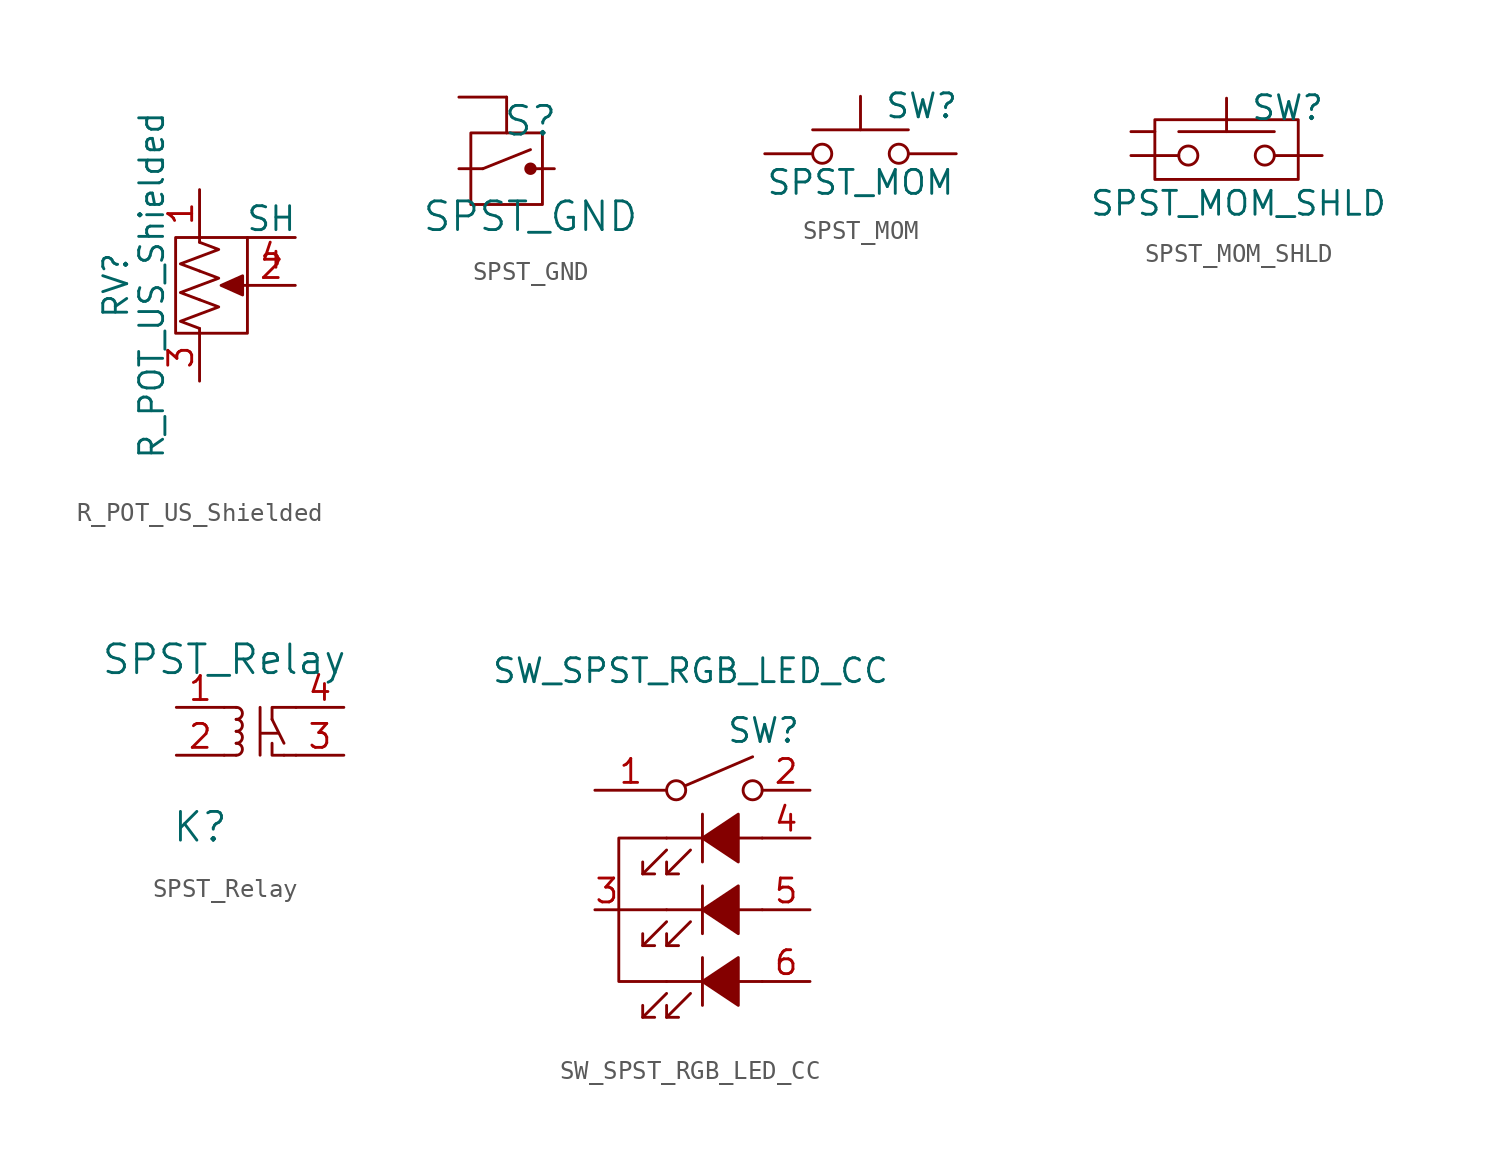
<source format=kicad_sym>
(kicad_symbol_lib
  (version 20241209)
  (generator "kicad_symbol_editor")
  (generator_version "9.0")
  (symbol "R_POT_US_Shielded"
    (pin_names
      (offset 0))
    (property "Reference" "RV"
      (at -4.445 0 90)
      (effects (font (size 1.27 1.27))))
    (property "Value" "R_POT_US_Shielded"
      (at -2.54 0 90)
      (effects (font (size 1.27 1.27))))
    (symbol "R_POT_US_Shielded_0_1"
      (rectangle (start -1.27 2.54) (end 2.54 -2.54) (stroke (width 0) (type solid)) (fill (type none)))
      (polyline (pts (xy 0 2.54) (xy 0 2.286)) (stroke (width 0) (type solid)) (fill (type none)))
      (polyline (pts (xy 0 2.286) (xy 1.016 1.905) (xy 0 1.524) (xy -1.016 1.143) (xy 0 0.762)) (stroke (width 0) (type solid)) (fill (type none)))
      (polyline (pts (xy 0 0.762) (xy 1.016 0.381) (xy 0 0) (xy -1.016 -0.381) (xy 0 -0.762)) (stroke (width 0) (type solid)) (fill (type none)))
      (polyline (pts (xy 0 -0.762) (xy 1.016 -1.143) (xy 0 -1.524) (xy -1.016 -1.905) (xy 0 -2.286)) (stroke (width 0) (type solid)) (fill (type none)))
      (polyline (pts (xy 0 -2.286) (xy 0 -2.54)) (stroke (width 0) (type solid)) (fill (type none)))
      (polyline (pts (xy 1.143 0) (xy 2.286 0.508) (xy 2.286 -0.508) (xy 1.143 0)) (stroke (width 0) (type solid)) (fill (type outline)))
      (polyline (pts (xy 2.54 0) (xy 1.524 0)) (stroke (width 0) (type solid)) (fill (type none))))
    (symbol "R_POT_US_Shielded_1_1"
      (pin passive line (at 0 5.08 270) (length 2.54) (name "~" (effects (font (size 1.27 1.27)))) (number "1" (effects (font (size 1.27 1.27)))))
      (pin passive line (at 0 -5.08 90) (length 2.54) (name "~" (effects (font (size 1.27 1.27)))) (number "3" (effects (font (size 1.27 1.27)))))
      (pin passive line (at 5.08 2.54 180) (length 2.54) (name "SH" (effects (font (size 1.27 1.27)))) (number "4" (effects (font (size 1.27 1.27)))))
      (pin passive line (at 5.08 0 180) (length 2.54) (name "~" (effects (font (size 1.27 1.27)))) (number "2" (effects (font (size 1.27 1.27)))))))
  (symbol "SPST_GND"
    (pin_numbers
      (hide yes))
    (pin_names
      (offset 0)
      (hide yes))
    (property "Reference" "S"
      (at 1.27 2.54 0)
      (effects (font (size 1.524 1.524))))
    (property "Value" "SPST_GND"
      (at 1.27 -2.54 0)
      (effects (font (size 1.524 1.524))))
    (symbol "SPST_GND_0_1"
      (rectangle (start -1.905 1.905) (end 1.905 -1.905) (stroke (width 0) (type solid)) (fill (type none)))
      (polyline (pts (xy -1.27 0) (xy 1.27 1.016)) (stroke (width 0) (type solid)) (fill (type none)))
      (polyline (pts (xy 0 3.81) (xy 0 1.905)) (stroke (width 0) (type solid)) (fill (type none)))
      (circle (center 1.27 0) (radius 0.254) (stroke (width 0) (type solid)) (fill (type outline))))
    (symbol "SPST_GND_1_1"
      (pin passive line (at -2.54 3.81 0) (length 2.54) (name "GND" (effects (font (size 1.27 1.27)))) (number "0" (effects (font (size 1.27 1.27)))))
      (pin passive line (at -2.54 0 0) (length 1.27) (name "~" (effects (font (size 1.27 1.27)))) (number "1" (effects (font (size 1.27 1.27)))))
      (pin passive line (at 2.54 0 180) (length 1.27) (name "~" (effects (font (size 1.27 1.27)))) (number "2" (effects (font (size 1.27 1.27)))))))
  (symbol "SPST_MOM"
    (pin_numbers
      (hide yes))
    (pin_names
      (offset 1.016)
      (hide yes))
    (property "Reference" "SW"
      (at 1.27 2.54 0)
      (effects (font (size 1.27 1.27)) (justify left)))
    (property "Value" "SPST_MOM"
      (at 0 -1.524 0)
      (effects (font (size 1.27 1.27))))
    (symbol "SPST_MOM_0_1"
      (circle (center -2.032 0) (radius 0.508) (stroke (width 0) (type solid)) (fill (type none)))
      (polyline (pts (xy 0 1.27) (xy 0 3.048)) (stroke (width 0) (type solid)) (fill (type none)))
      (circle (center 2.032 0) (radius 0.508) (stroke (width 0) (type solid)) (fill (type none)))
      (polyline (pts (xy 2.54 1.27) (xy -2.54 1.27)) (stroke (width 0) (type solid)) (fill (type none)))
      (pin passive line (at -5.08 0 0) (length 2.54) (name "1" (effects (font (size 1.27 1.27)))) (number "1" (effects (font (size 1.27 1.27)))))
      (pin passive line (at 5.08 0 180) (length 2.54) (name "2" (effects (font (size 1.27 1.27)))) (number "2" (effects (font (size 1.27 1.27)))))))
  (symbol "SPST_MOM_SHLD"
    (pin_numbers
      (hide yes))
    (pin_names
      (offset 1.016)
      (hide yes))
    (property "Reference" "SW"
      (at 1.27 2.54 0)
      (effects (font (size 1.27 1.27)) (justify left)))
    (property "Value" "SPST_MOM_SHLD"
      (at 0.635 -2.54 0)
      (effects (font (size 1.27 1.27))))
    (symbol "SPST_MOM_SHLD_0_1"
      (rectangle (start -3.81 1.905) (end 3.81 -1.27) (stroke (width 0) (type solid)) (fill (type none)))
      (circle (center -2.032 0) (radius 0.508) (stroke (width 0) (type solid)) (fill (type none)))
      (polyline (pts (xy 0 1.27) (xy 0 3.048)) (stroke (width 0) (type solid)) (fill (type none)))
      (circle (center 2.032 0) (radius 0.508) (stroke (width 0) (type solid)) (fill (type none)))
      (polyline (pts (xy 2.54 1.27) (xy -2.54 1.27)) (stroke (width 0) (type solid)) (fill (type none)))
      (pin passive line (at -5.08 0 0) (length 2.54) (name "1" (effects (font (size 1.27 1.27)))) (number "1" (effects (font (size 1.27 1.27)))))
      (pin passive line (at 5.08 0 180) (length 2.54) (name "2" (effects (font (size 1.27 1.27)))) (number "2" (effects (font (size 1.27 1.27))))))
    (symbol "SPST_MOM_SHLD_1_1"
      (pin passive line (at -5.08 1.27 0) (length 1.27) (name "GND" (effects (font (size 1.27 1.27)))) (number "0" (effects (font (size 1.27 1.27)))))))
  (symbol "SPST_Relay"
    (pin_names
      (offset 0)
      (hide yes))
    (property "Reference" "K"
      (at -3.81 -3.81 0)
      (effects (font (size 1.524 1.524))))
    (property "Value" "SPST_Relay"
      (at -2.54 5.08 0)
      (effects (font (size 1.524 1.524))))
    (symbol "SPST_Relay_0_1"
      (polyline (pts (xy -2.54 2.54) (xy -1.905 2.54)) (stroke (width 0) (type solid)) (fill (type none)))
      (arc (start -1.905 2.54) (mid -1.5748 2.2098) (end -1.905 1.905) (stroke (width 0) (type solid)) (fill (type none)))
      (arc (start -1.905 1.905) (mid -1.5748 1.5748) (end -1.905 1.27) (stroke (width 0) (type solid)) (fill (type none)))
      (arc (start -1.905 1.27) (mid -1.5748 0.9398) (end -1.905 0.635) (stroke (width 0) (type solid)) (fill (type none)))
      (arc (start -1.905 0.635) (mid -1.5748 0.3048) (end -1.905 0) (stroke (width 0) (type solid)) (fill (type none)))
      (polyline (pts (xy -1.905 0) (xy -2.54 0)) (stroke (width 0) (type solid)) (fill (type none)))
      (polyline (pts (xy -0.635 2.54) (xy -0.635 0)) (stroke (width 0) (type solid)) (fill (type none)))
      (polyline (pts (xy -0.61 1.168) (xy 0.305 1.168)) (stroke (width 0) (type solid)) (fill (type none)))
      (polyline (pts (xy 0 1.905) (xy 0.635 0.635)) (stroke (width 0) (type solid)) (fill (type none)))
      (polyline (pts (xy 0 1.905) (xy 0 2.54) (xy 0.635 2.54) (xy 1.27 2.54)) (stroke (width 0) (type solid)) (fill (type none)))
      (polyline (pts (xy 0 0.635) (xy 0 0) (xy 0.635 0)) (stroke (width 0) (type solid)) (fill (type none)))
      (polyline (pts (xy 0.635 0) (xy 1.27 0)) (stroke (width 0) (type solid)) (fill (type none))))
    (symbol "SPST_Relay_1_1"
      (pin passive line (at -5.08 2.54 0) (length 2.54) (name "Coil_1" (effects (font (size 1.27 1.27)))) (number "1" (effects (font (size 1.27 1.27)))))
      (pin passive line (at -5.08 0 0) (length 2.54) (name "Coil_2" (effects (font (size 1.27 1.27)))) (number "2" (effects (font (size 1.27 1.27)))))
      (pin passive line (at 3.81 2.54 180) (length 2.54) (name "Contact_B" (effects (font (size 1.27 1.27)))) (number "4" (effects (font (size 1.27 1.27)))))
      (pin passive line (at 3.81 0 180) (length 2.54) (name "Contact_A" (effects (font (size 1.27 1.27)))) (number "3" (effects (font (size 1.27 1.27)))))))
  (symbol "SW_SPST_RGB_LED_CC"
    (pin_names
      (offset 1.016)
      (hide yes))
    (property "Reference" "SW"
      (at 0.635 5.715 0)
      (effects (font (size 1.27 1.27)) (justify left)))
    (property "Value" "SW_SPST_RGB_LED_CC"
      (at -1.27 8.89 0)
      (effects (font (size 1.27 1.27))))
    (symbol "SW_SPST_RGB_LED_CC_0_0"
      (polyline (pts (xy -3.81 -1.27) (xy -3.81 -1.905) (xy -3.175 -1.905)) (stroke (width 0) (type solid)) (fill (type none)))
      (polyline (pts (xy -3.81 -1.905) (xy -2.54 -0.635)) (stroke (width 0) (type solid)) (fill (type none)))
      (polyline (pts (xy -3.81 -5.08) (xy -3.81 -5.715) (xy -3.175 -5.715)) (stroke (width 0) (type solid)) (fill (type none)))
      (polyline (pts (xy -3.81 -5.715) (xy -2.54 -4.445)) (stroke (width 0) (type solid)) (fill (type none)))
      (polyline (pts (xy -2.54 0) (xy 2.54 0)) (stroke (width 0) (type solid)) (fill (type none)))
      (polyline (pts (xy -2.54 -1.27) (xy -2.54 -1.905) (xy -1.905 -1.905)) (stroke (width 0) (type solid)) (fill (type none)))
      (polyline (pts (xy -2.54 -1.905) (xy -1.27 -0.635)) (stroke (width 0) (type solid)) (fill (type none)))
      (polyline (pts (xy -2.54 -3.81) (xy 2.54 -3.81)) (stroke (width 0) (type solid)) (fill (type none)))
      (polyline (pts (xy -2.54 -5.08) (xy -2.54 -5.715) (xy -1.905 -5.715)) (stroke (width 0) (type solid)) (fill (type none)))
      (polyline (pts (xy -2.54 -5.715) (xy -1.27 -4.445)) (stroke (width 0) (type solid)) (fill (type none)))
      (polyline (pts (xy -2.54 -7.62) (xy 2.54 -7.62)) (stroke (width 0) (type solid)) (fill (type none)))
      (polyline (pts (xy -0.635 1.27) (xy -0.635 -1.27)) (stroke (width 0) (type solid)) (fill (type none)))
      (polyline (pts (xy -0.635 0) (xy 1.27 1.27) (xy 1.27 -1.27) (xy -0.635 0)) (stroke (width 0) (type solid)) (fill (type outline)))
      (polyline (pts (xy -0.635 -2.54) (xy -0.635 -5.08)) (stroke (width 0) (type solid)) (fill (type none)))
      (polyline (pts (xy -0.635 -3.81) (xy 1.27 -2.54) (xy 1.27 -5.08) (xy -0.635 -3.81)) (stroke (width 0) (type solid)) (fill (type outline)))
      (polyline (pts (xy -0.635 -6.35) (xy -0.635 -8.89)) (stroke (width 0) (type solid)) (fill (type none)))
      (polyline (pts (xy -0.635 -7.62) (xy 1.27 -6.35) (xy 1.27 -8.89) (xy -0.635 -7.62)) (stroke (width 0) (type solid)) (fill (type outline))))
    (symbol "SW_SPST_RGB_LED_CC_0_1"
      (polyline (pts (xy -2.54 0) (xy -5.08 0) (xy -5.08 -7.62) (xy -2.54 -7.62)) (stroke (width 0) (type solid)) (fill (type none)))
      (polyline (pts (xy -2.54 -3.81) (xy -5.08 -3.81)) (stroke (width 0) (type solid)) (fill (type none)))
      (circle (center -2.032 2.54) (radius 0.508) (stroke (width 0) (type solid)) (fill (type none)))
      (polyline (pts (xy -1.524 2.794) (xy 2.032 4.318)) (stroke (width 0) (type solid)) (fill (type none)))
      (circle (center 2.032 2.54) (radius 0.508) (stroke (width 0) (type solid)) (fill (type none)))
      (pin passive line (at -6.35 2.54 0) (length 3.81) (name "1" (effects (font (size 1.27 1.27)))) (number "1" (effects (font (size 1.27 1.27)))))
      (pin passive line (at -6.35 -3.81 0) (length 1.27) (name "K" (effects (font (size 1.27 1.27)))) (number "3" (effects (font (size 1.27 1.27)))))
      (pin passive line (at 5.08 2.54 180) (length 2.54) (name "2" (effects (font (size 1.27 1.27)))) (number "2" (effects (font (size 1.27 1.27)))))
      (pin passive line (at 5.08 0 180) (length 2.54) (name "A1" (effects (font (size 1.27 1.27)))) (number "4" (effects (font (size 1.27 1.27)))))
      (pin passive line (at 5.08 -3.81 180) (length 2.54) (name "A2" (effects (font (size 1.27 1.27)))) (number "5" (effects (font (size 1.27 1.27)))))
      (pin passive line (at 5.08 -7.62 180) (length 2.54) (name "A3" (effects (font (size 1.27 1.27)))) (number "6" (effects (font (size 1.27 1.27))))))
    (symbol "SW_SPST_RGB_LED_CC_1_1"
      (polyline (pts (xy -3.81 -8.89) (xy -3.81 -9.525) (xy -3.175 -9.525)) (stroke (width 0) (type solid)) (fill (type none)))
      (polyline (pts (xy -3.81 -9.525) (xy -2.54 -8.255)) (stroke (width 0) (type solid)) (fill (type none)))
      (polyline (pts (xy -2.54 -8.89) (xy -2.54 -9.525) (xy -1.905 -9.525)) (stroke (width 0) (type solid)) (fill (type none)))
      (polyline (pts (xy -2.54 -9.525) (xy -1.27 -8.255)) (stroke (width 0) (type solid)) (fill (type none))))))
</source>
